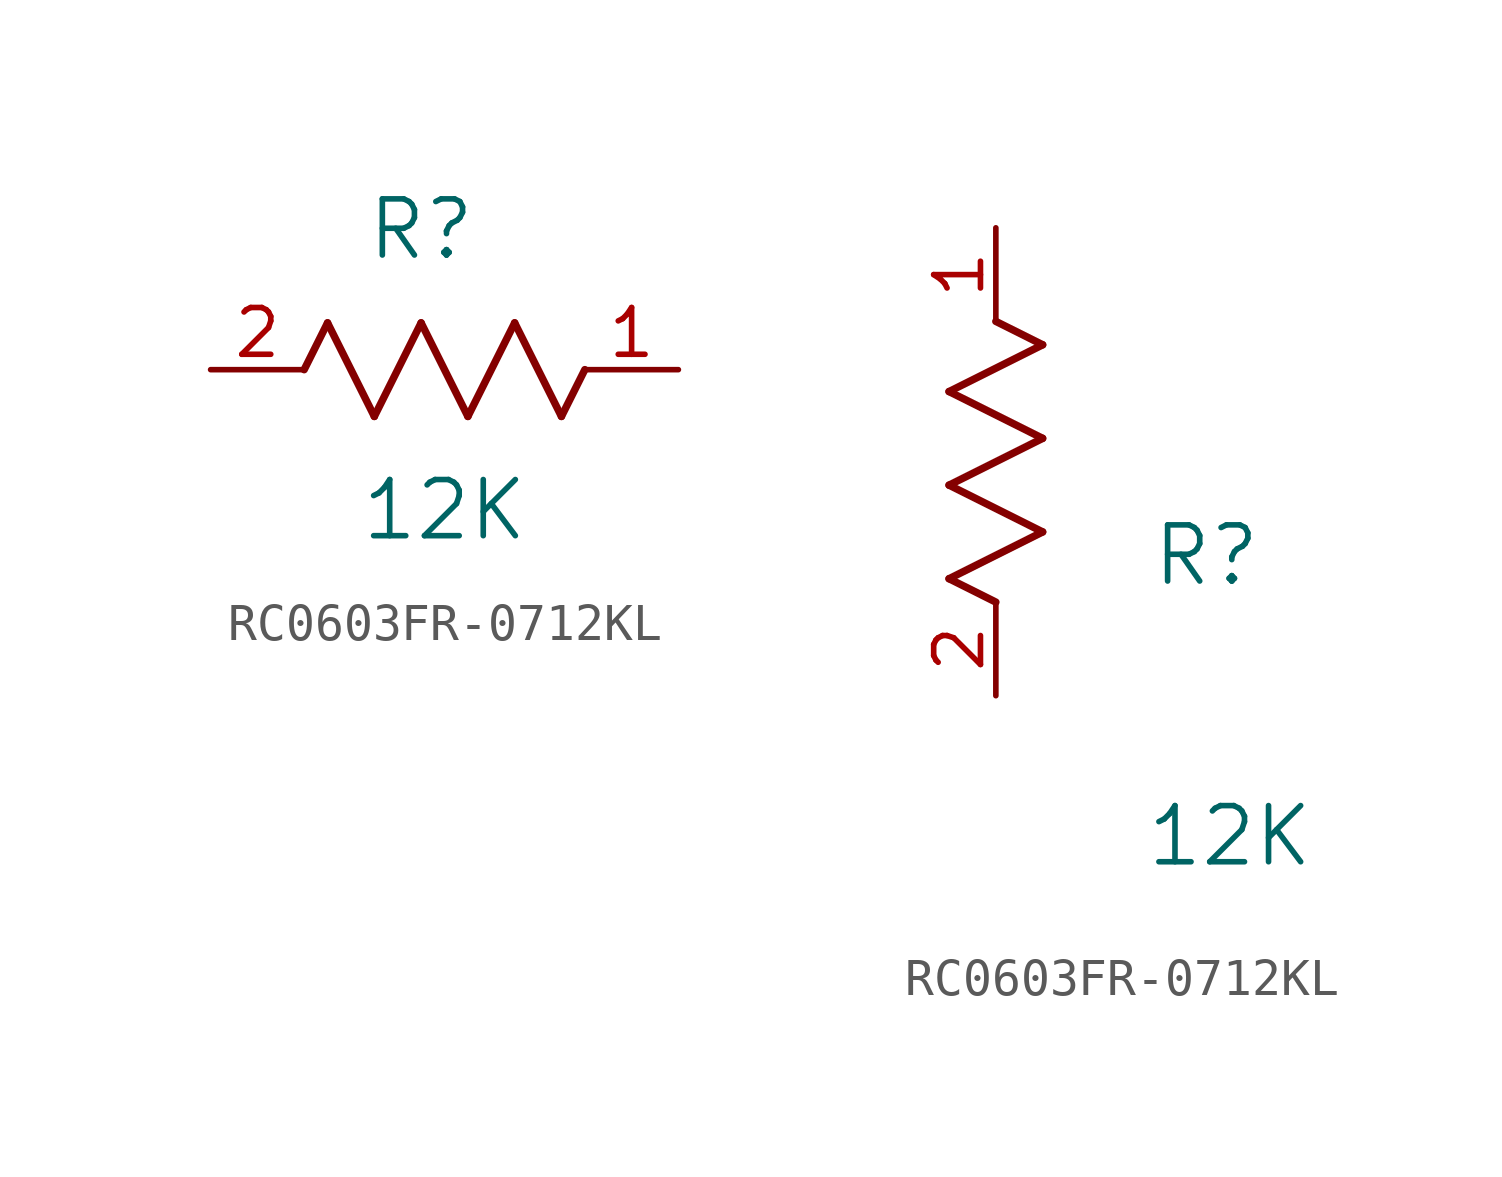
<source format=kicad_sym>
(kicad_symbol_lib
  (version 20231120)
  (generator "kicad_symbol_editor")
  (generator_version "8.0")
  (symbol "RC0603FR-0712KL"
    (pin_names
      (offset 0.254))
    (property "Reference" "R"
      (at 5.715 3.81 0)
      (effects (font (size 1.524 1.524))))
    (property "Value" "12K"
      (at 6.35 -3.81 0)
      (effects (font (size 1.524 1.524))))
    (symbol "RC0603FR-0712KL_1_1"
      (polyline (pts (xy 2.54 0) (xy 3.175 1.27)) (stroke (width 0.203) (type default)) (fill (type none)))
      (polyline (pts (xy 3.175 1.27) (xy 4.445 -1.27)) (stroke (width 0.203) (type default)) (fill (type none)))
      (polyline (pts (xy 4.445 -1.27) (xy 5.715 1.27)) (stroke (width 0.203) (type default)) (fill (type none)))
      (polyline (pts (xy 5.715 1.27) (xy 6.985 -1.27)) (stroke (width 0.203) (type default)) (fill (type none)))
      (polyline (pts (xy 6.985 -1.27) (xy 8.255 1.27)) (stroke (width 0.203) (type default)) (fill (type none)))
      (polyline (pts (xy 8.255 1.27) (xy 9.525 -1.27)) (stroke (width 0.203) (type default)) (fill (type none)))
      (polyline (pts (xy 9.525 -1.27) (xy 10.16 0)) (stroke (width 0.203) (type default)) (fill (type none)))
      (pin unspecified line (at 12.7 0 180) (length 2.54) (name "" (effects (font (size 1.27 1.27)))) (number "1" (effects (font (size 1.27 1.27)))))
      (pin unspecified line (at 0 0 0) (length 2.54) (name "" (effects (font (size 1.27 1.27)))) (number "2" (effects (font (size 1.27 1.27))))))
    (symbol "RC0603FR-0712KL_1_2"
      (polyline (pts (xy -1.27 3.175) (xy 1.27 4.445)) (stroke (width 0.203) (type default)) (fill (type none)))
      (polyline (pts (xy -1.27 5.715) (xy 1.27 6.985)) (stroke (width 0.203) (type default)) (fill (type none)))
      (polyline (pts (xy -1.27 8.255) (xy 1.27 9.525)) (stroke (width 0.203) (type default)) (fill (type none)))
      (polyline (pts (xy 0 2.54) (xy -1.27 3.175)) (stroke (width 0.203) (type default)) (fill (type none)))
      (polyline (pts (xy 1.27 4.445) (xy -1.27 5.715)) (stroke (width 0.203) (type default)) (fill (type none)))
      (polyline (pts (xy 1.27 6.985) (xy -1.27 8.255)) (stroke (width 0.203) (type default)) (fill (type none)))
      (polyline (pts (xy 1.27 9.525) (xy 0 10.16)) (stroke (width 0.203) (type default)) (fill (type none)))
      (pin unspecified line (at 0 12.7 270) (length 2.54) (name "" (effects (font (size 1.27 1.27)))) (number "1" (effects (font (size 1.27 1.27)))))
      (pin unspecified line (at 0 0 90) (length 2.54) (name "" (effects (font (size 1.27 1.27)))) (number "2" (effects (font (size 1.27 1.27))))))))
</source>
